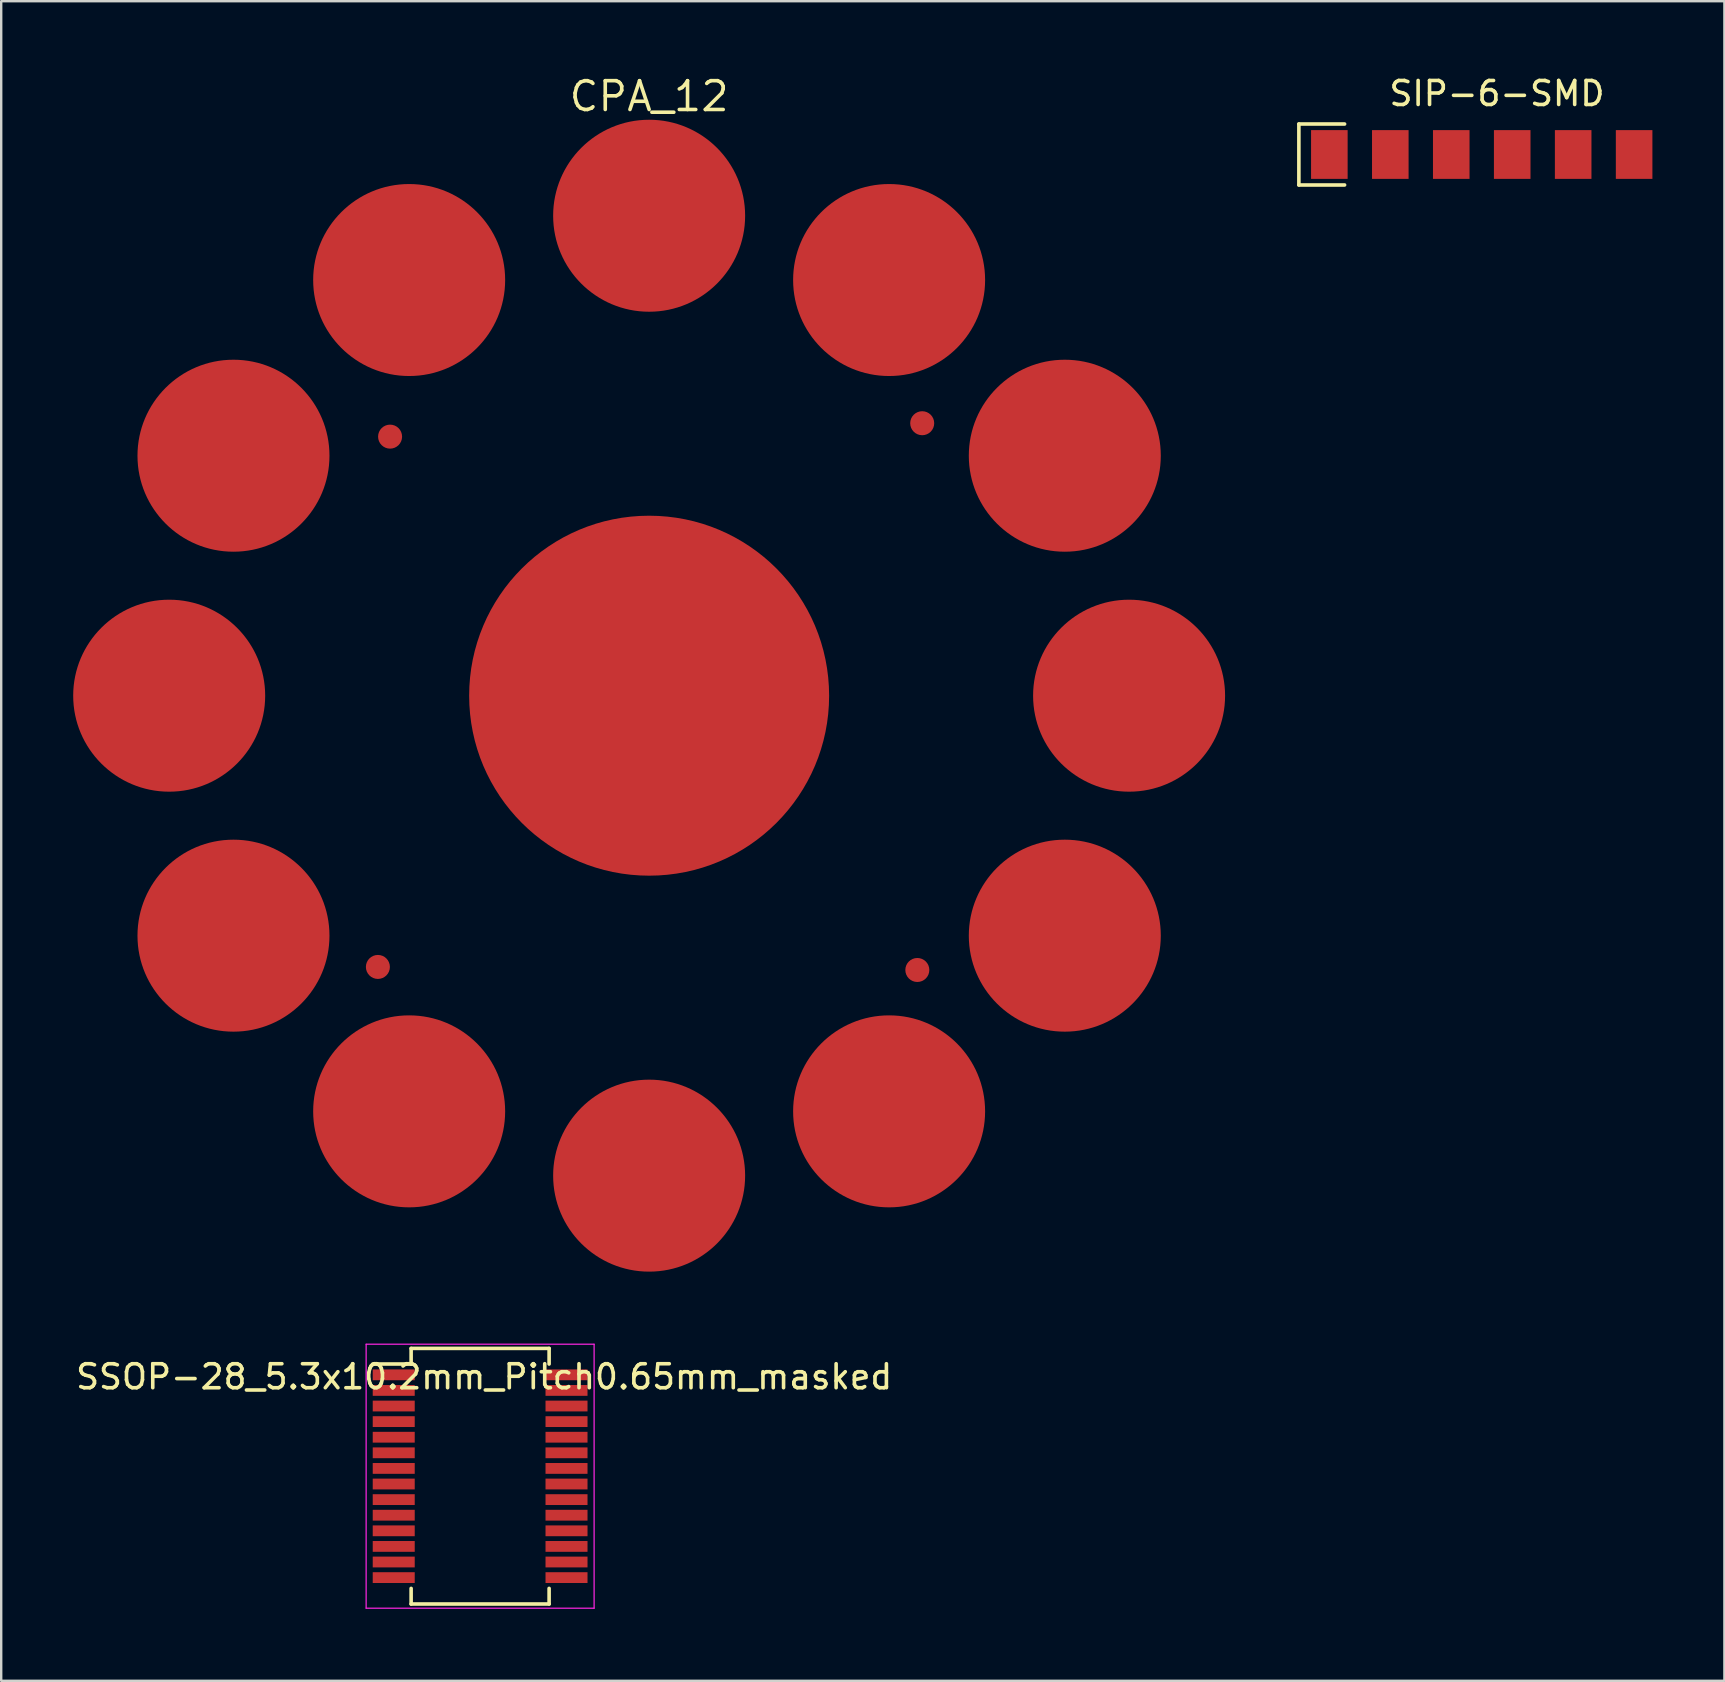
<source format=kicad_pcb>
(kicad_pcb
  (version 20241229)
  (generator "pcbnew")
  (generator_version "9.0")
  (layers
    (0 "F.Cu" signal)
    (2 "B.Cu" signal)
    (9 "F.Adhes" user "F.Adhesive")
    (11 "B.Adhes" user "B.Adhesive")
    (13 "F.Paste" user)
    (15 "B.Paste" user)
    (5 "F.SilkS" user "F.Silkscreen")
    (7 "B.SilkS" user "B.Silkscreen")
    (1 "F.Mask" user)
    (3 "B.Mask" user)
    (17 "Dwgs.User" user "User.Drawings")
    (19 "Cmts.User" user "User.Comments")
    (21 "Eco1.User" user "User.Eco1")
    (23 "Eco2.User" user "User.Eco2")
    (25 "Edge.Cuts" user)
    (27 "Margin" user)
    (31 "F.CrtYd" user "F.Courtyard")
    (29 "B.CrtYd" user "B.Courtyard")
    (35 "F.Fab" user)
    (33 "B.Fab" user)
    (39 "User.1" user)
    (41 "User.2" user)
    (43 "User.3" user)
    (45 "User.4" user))
  (footprint "CPA_12"
    (layer "F.Cu")
    (at 24 25.94)
    (property "Reference" "CPA_12" (at 0 -24.975 0) (layer "F.SilkS") (effects (font (size 1.2 1.2) (thickness 0.15))))
    (attr through_hole)
    (pad "1" smd circle (at 0 -20) (size 8 8) (layers "F.Cu"))
    (pad "2" smd circle (at 10 -17.321) (size 8 8) (layers "F.Cu"))
    (pad "3" smd circle (at 17.321 -10) (size 8 8) (layers "F.Cu"))
    (pad "4" smd circle (at 20 0) (size 8 8) (layers "F.Cu"))
    (pad "5" smd circle (at 17.321 10) (size 8 8) (layers "F.Cu"))
    (pad "6" smd circle (at 10 17.321) (size 8 8) (layers "F.Cu"))
    (pad "7" smd circle (at 0 20) (size 8 8) (layers "F.Cu"))
    (pad "8" smd circle (at -10 17.321) (size 8 8) (layers "F.Cu"))
    (pad "9" smd circle (at -17.321 10) (size 8 8) (layers "F.Cu"))
    (pad "10" smd circle (at -20 0) (size 8 8) (layers "F.Cu"))
    (pad "11" smd circle (at -17.321 -10) (size 8 8) (layers "F.Cu"))
    (pad "12" smd circle (at -10 -17.321) (size 8 8) (layers "F.Cu"))
    (pad "13" smd circle (at 0 0) (size 15 15) (layers "F.Cu"))
    (pad "14" smd circle (at -11.303 11.303) (size 1 1) (layers "F.Cu"))
    (pad "14" smd circle (at -10.795 -10.795) (size 1 1) (layers "F.Cu"))
    (pad "14" smd circle (at 11.176 11.43) (size 1 1) (layers "F.Cu"))
    (pad "14" smd circle (at 11.379 -11.354) (size 1 1) (layers "F.Cu")))
  (footprint "SSOP-28_5.3x10.2mm_Pitch0.65mm_masked"
    (layer "F.Cu")
    (at 16.957 58.465)
    (property "Reference" "SSOP-28_5.3x10.2mm_Pitch0.65mm_masked" (at 0.168 -4.143 0) (layer "F.SilkS") (effects (font (size 1 1) (thickness 0.15))))
    (attr smd)
    (fp_line (start -2.875 -5.325) (end -2.875 -4.675) (stroke (width 0.15) (type solid)) (layer "F.SilkS"))
    (fp_line (start -2.875 -5.325) (end 2.875 -5.325) (stroke (width 0.15) (type solid)) (layer "F.SilkS"))
    (fp_line (start -2.875 -4.675) (end -4.475 -4.675) (stroke (width 0.15) (type solid)) (layer "F.SilkS"))
    (fp_line (start -2.875 5.325) (end -2.875 4.675) (stroke (width 0.15) (type solid)) (layer "F.SilkS"))
    (fp_line (start -2.875 5.325) (end 2.875 5.325) (stroke (width 0.15) (type solid)) (layer "F.SilkS"))
    (fp_line (start 2.875 -5.325) (end 2.875 -4.675) (stroke (width 0.15) (type solid)) (layer "F.SilkS"))
    (fp_line (start 2.875 5.325) (end 2.875 4.675) (stroke (width 0.15) (type solid)) (layer "F.SilkS"))
    (fp_line (start -4.75 -5.5) (end -4.75 5.5) (stroke (width 0.05) (type solid)) (layer "F.CrtYd"))
    (fp_line (start -4.75 -5.5) (end 4.75 -5.5) (stroke (width 0.05) (type solid)) (layer "F.CrtYd"))
    (fp_line (start -4.75 5.5) (end 4.75 5.5) (stroke (width 0.05) (type solid)) (layer "F.CrtYd"))
    (fp_line (start 4.75 -5.5) (end 4.75 5.5) (stroke (width 0.05) (type solid)) (layer "F.CrtYd"))
    (pad "1" smd rect (at -3.6 -4.225) (size 1.75 0.45) (layers "F.Cu" "F.Mask" "F.Paste"))
    (pad "2" smd rect (at -3.6 -3.575) (size 1.75 0.45) (layers "F.Cu" "F.Mask" "F.Paste"))
    (pad "3" smd rect (at -3.6 -2.925) (size 1.75 0.45) (layers "F.Cu" "F.Mask" "F.Paste"))
    (pad "4" smd rect (at -3.6 -2.275) (size 1.75 0.45) (layers "F.Cu" "F.Mask" "F.Paste"))
    (pad "5" smd rect (at -3.6 -1.625) (size 1.75 0.45) (layers "F.Cu" "F.Mask" "F.Paste"))
    (pad "6" smd rect (at -3.6 -0.975) (size 1.75 0.45) (layers "F.Cu" "F.Mask" "F.Paste"))
    (pad "7" smd rect (at -3.6 -0.325) (size 1.75 0.45) (layers "F.Cu" "F.Mask" "F.Paste"))
    (pad "8" smd rect (at -3.6 0.325) (size 1.75 0.45) (layers "F.Cu" "F.Mask" "F.Paste"))
    (pad "9" smd rect (at -3.6 0.975) (size 1.75 0.45) (layers "F.Cu" "F.Mask" "F.Paste"))
    (pad "10" smd rect (at -3.6 1.625) (size 1.75 0.45) (layers "F.Cu" "F.Mask" "F.Paste"))
    (pad "11" smd rect (at -3.6 2.275) (size 1.75 0.45) (layers "F.Cu" "F.Mask" "F.Paste"))
    (pad "12" smd rect (at -3.6 2.925) (size 1.75 0.45) (layers "F.Cu" "F.Mask" "F.Paste"))
    (pad "13" smd rect (at -3.6 3.575) (size 1.75 0.45) (layers "F.Cu" "F.Mask" "F.Paste"))
    (pad "14" smd rect (at -3.6 4.225) (size 1.75 0.45) (layers "F.Cu" "F.Mask" "F.Paste"))
    (pad "15" smd rect (at 3.6 4.225) (size 1.75 0.45) (layers "F.Cu" "F.Mask" "F.Paste"))
    (pad "16" smd rect (at 3.6 3.575) (size 1.75 0.45) (layers "F.Cu" "F.Mask" "F.Paste"))
    (pad "17" smd rect (at 3.6 2.925) (size 1.75 0.45) (layers "F.Cu" "F.Mask" "F.Paste"))
    (pad "18" smd rect (at 3.6 2.275) (size 1.75 0.45) (layers "F.Cu" "F.Mask" "F.Paste"))
    (pad "19" smd rect (at 3.6 1.625) (size 1.75 0.45) (layers "F.Cu" "F.Mask" "F.Paste"))
    (pad "20" smd rect (at 3.6 0.975) (size 1.75 0.45) (layers "F.Cu" "F.Mask" "F.Paste"))
    (pad "21" smd rect (at 3.6 0.325) (size 1.75 0.45) (layers "F.Cu" "F.Mask" "F.Paste"))
    (pad "22" smd rect (at 3.6 -0.325) (size 1.75 0.45) (layers "F.Cu" "F.Mask" "F.Paste"))
    (pad "23" smd rect (at 3.6 -0.975) (size 1.75 0.45) (layers "F.Cu" "F.Mask" "F.Paste"))
    (pad "24" smd rect (at 3.6 -1.625) (size 1.75 0.45) (layers "F.Cu" "F.Mask" "F.Paste"))
    (pad "25" smd rect (at 3.6 -2.275) (size 1.75 0.45) (layers "F.Cu" "F.Mask" "F.Paste"))
    (pad "26" smd rect (at 3.6 -2.925) (size 1.75 0.45) (layers "F.Cu" "F.Mask" "F.Paste"))
    (pad "27" smd rect (at 3.6 -3.575) (size 1.75 0.45) (layers "F.Cu" "F.Mask" "F.Paste"))
    (pad "28" smd rect (at 3.6 -4.225) (size 1.75 0.45) (layers "F.Cu" "F.Mask" "F.Paste")))
  (footprint "SIP-6-SMD"
    (layer "F.Cu")
    (at 58.695 3.388)
    (property "Reference" "SIP-6-SMD" (at 0.635 -2.54 0) (layer "F.SilkS") (effects (font (size 1 1) (thickness 0.15))))
    (attr smd)
    (fp_line (start -7.62 -1.27) (end -7.62 1.27) (stroke (width 0.15) (type solid)) (layer "F.SilkS"))
    (fp_line (start -7.62 1.27) (end -5.715 1.27) (stroke (width 0.15) (type solid)) (layer "F.SilkS"))
    (fp_line (start -5.715 -1.27) (end -7.62 -1.27) (stroke (width 0.15) (type solid)) (layer "F.SilkS"))
    (pad "1" smd rect (at -6.35 0) (size 1.524 2.032) (layers "F.Cu" "F.Mask" "F.Paste"))
    (pad "2" smd rect (at -3.81 0) (size 1.524 2.032) (layers "F.Cu" "F.Mask" "F.Paste"))
    (pad "3" smd rect (at -1.27 0) (size 1.524 2.032) (layers "F.Cu" "F.Mask" "F.Paste"))
    (pad "4" smd rect (at 1.27 0) (size 1.524 2.032) (layers "F.Cu" "F.Mask" "F.Paste"))
    (pad "5" smd rect (at 3.81 0) (size 1.524 2.032) (layers "F.Cu" "F.Mask" "F.Paste"))
    (pad "6" smd rect (at 6.35 0) (size 1.524 2.032) (layers "F.Cu" "F.Mask" "F.Paste")))
  (gr_rect
    (start -3 -3)
    (end 68.807 66.99)
    (stroke (width 0.1) (type default))
    (fill no)
    (layer "Edge.Cuts")))
</source>
